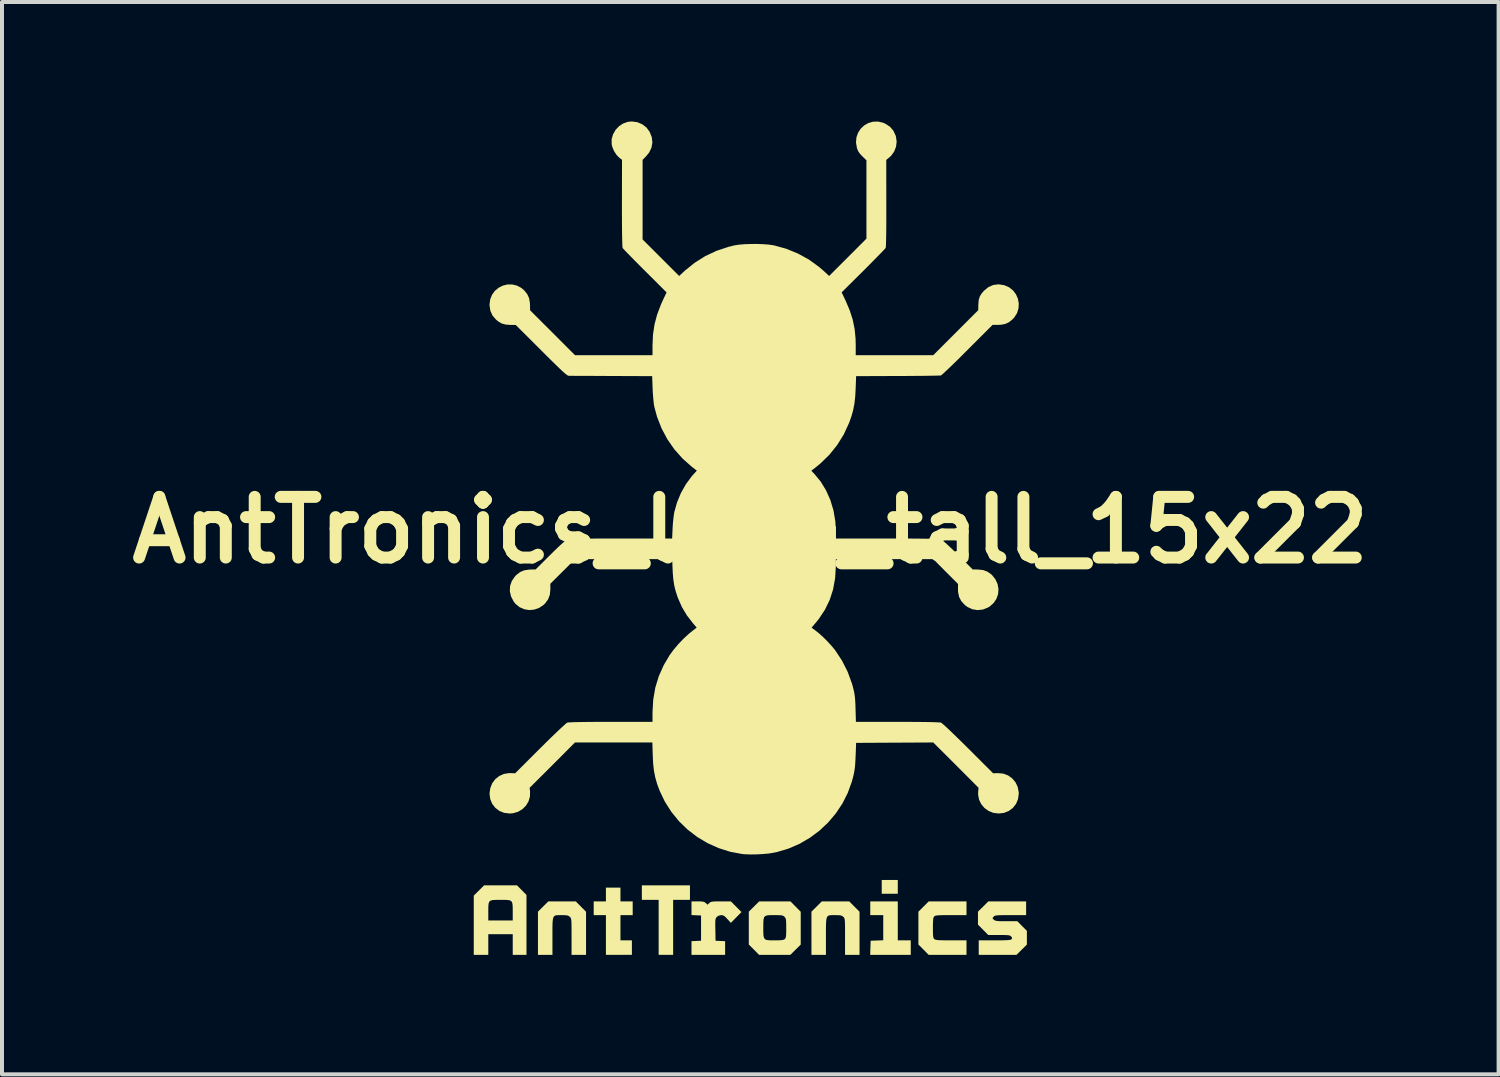
<source format=kicad_pcb>
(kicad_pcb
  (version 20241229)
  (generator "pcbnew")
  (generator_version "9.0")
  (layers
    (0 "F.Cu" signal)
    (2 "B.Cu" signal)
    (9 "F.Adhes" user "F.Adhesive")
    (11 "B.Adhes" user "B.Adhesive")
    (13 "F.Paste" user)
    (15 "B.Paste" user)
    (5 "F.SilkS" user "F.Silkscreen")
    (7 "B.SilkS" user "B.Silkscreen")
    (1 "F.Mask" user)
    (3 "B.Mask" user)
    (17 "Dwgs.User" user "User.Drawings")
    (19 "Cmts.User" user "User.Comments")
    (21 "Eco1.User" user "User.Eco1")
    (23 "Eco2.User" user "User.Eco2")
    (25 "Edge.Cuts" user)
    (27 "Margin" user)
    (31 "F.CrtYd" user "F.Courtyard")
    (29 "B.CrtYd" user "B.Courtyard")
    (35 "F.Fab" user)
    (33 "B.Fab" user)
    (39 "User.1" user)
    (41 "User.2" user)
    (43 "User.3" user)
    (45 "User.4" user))
  (footprint "AntTronics_logo_tall_15x22"
    (layer "F.Cu")
    (at 15.792 10.262)
    (property "Reference" "AntTronics_logo_tall_15x22" (at 0 0 0) (layer "F.SilkS") (effects (font (size 1.524 1.524) (thickness 0.3))))
    (attr board_only exclude_from_pos_files exclude_from_bom)
    (fp_poly (pts (xy 3.703 9.132) (xy 3.3 9.132) (xy 3.3 8.786) (xy 3.703 8.786)) (stroke (width 0) (type solid)) (fill yes) (layer "F.SilkS"))
    (fp_poly (pts (xy -1.516 9.285) (xy -1.938 9.285) (xy -1.938 10.666) (xy -2.302 10.666) (xy -2.302 9.285) (xy -2.724 9.285) (xy -2.724 8.921) (xy -1.516 8.921)) (stroke (width 0) (type solid)) (fill yes) (layer "F.SilkS"))
    (fp_poly (pts (xy 3.703 10.302) (xy 4.029 10.302) (xy 4.029 10.666) (xy 3.01 10.666) (xy 3.016 10.489) (xy 3.022 10.312) (xy 3.338 10.3) (xy 3.338 9.669) (xy 3.012 9.669) (xy 3.012 9.324) (xy 3.703 9.324)) (stroke (width 0) (type solid)) (fill yes) (layer "F.SilkS"))
    (fp_poly (pts (xy -3.261 9.324) (xy -2.954 9.324) (xy -2.954 9.669) (xy -3.261 9.669) (xy -3.261 10.302) (xy -2.974 10.302) (xy -2.974 10.666) (xy -3.626 10.666) (xy -3.626 9.669) (xy -3.933 9.669) (xy -3.933 9.324) (xy -3.626 9.324) (xy -3.626 8.978) (xy -3.261 8.978)) (stroke (width 0) (type solid)) (fill yes) (layer "F.SilkS"))
    (fp_poly (pts (xy -5.74 9.041) (xy -5.621 9.162) (xy -5.621 10.666) (xy -5.966 10.666) (xy -5.966 10.148) (xy -6.58 10.148) (xy -6.58 10.666) (xy -6.945 10.666) (xy -6.945 9.558) (xy -6.58 9.558) (xy -6.58 9.576) (xy -6.58 9.803) (xy -5.966 9.803) (xy -5.966 9.579) (xy -5.967 9.469) (xy -5.972 9.39) (xy -5.987 9.338) (xy -6.018 9.307) (xy -6.071 9.291) (xy -6.15 9.286) (xy -6.262 9.285) (xy -6.27 9.285) (xy -6.385 9.286) (xy -6.468 9.29) (xy -6.523 9.304) (xy -6.556 9.333) (xy -6.573 9.381) (xy -6.579 9.455) (xy -6.58 9.558) (xy -6.945 9.558) (xy -6.945 9.179) (xy -6.815 9.05) (xy -6.685 8.921) (xy -5.86 8.921)) (stroke (width 0) (type solid)) (fill yes) (layer "F.SilkS"))
    (fp_poly (pts (xy -4.254 9.454) (xy -4.125 9.584) (xy -4.125 10.666) (xy -4.489 10.666) (xy -4.489 10.209) (xy -4.489 10.065) (xy -4.49 9.955) (xy -4.491 9.873) (xy -4.494 9.814) (xy -4.499 9.774) (xy -4.506 9.748) (xy -4.515 9.73) (xy -4.528 9.716) (xy -4.534 9.711) (xy -4.561 9.69) (xy -4.594 9.677) (xy -4.644 9.671) (xy -4.721 9.669) (xy -4.742 9.669) (xy -4.808 9.669) (xy -4.861 9.671) (xy -4.9 9.679) (xy -4.929 9.699) (xy -4.948 9.733) (xy -4.96 9.786) (xy -4.966 9.863) (xy -4.969 9.967) (xy -4.969 10.103) (xy -4.969 10.203) (xy -4.969 10.666) (xy -5.333 10.666) (xy -5.333 9.582) (xy -5.203 9.453) (xy -5.073 9.324) (xy -4.383 9.324)) (stroke (width 0) (type solid)) (fill yes) (layer "F.SilkS"))
    (fp_poly (pts (xy 2.614 9.454) (xy 2.743 9.584) (xy 2.743 10.666) (xy 2.379 10.666) (xy 2.379 10.209) (xy 2.379 10.065) (xy 2.378 9.955) (xy 2.377 9.873) (xy 2.374 9.814) (xy 2.369 9.774) (xy 2.362 9.748) (xy 2.353 9.73) (xy 2.34 9.716) (xy 2.334 9.711) (xy 2.307 9.69) (xy 2.274 9.677) (xy 2.224 9.671) (xy 2.147 9.669) (xy 2.126 9.669) (xy 2.06 9.669) (xy 2.007 9.671) (xy 1.968 9.679) (xy 1.939 9.699) (xy 1.92 9.733) (xy 1.908 9.786) (xy 1.902 9.863) (xy 1.899 9.967) (xy 1.899 10.103) (xy 1.899 10.203) (xy 1.899 10.666) (xy 1.535 10.666) (xy 1.535 9.582) (xy 1.665 9.453) (xy 1.795 9.324) (xy 2.485 9.324)) (stroke (width 0) (type solid)) (fill yes) (layer "F.SilkS"))
    (fp_poly (pts (xy 5.429 9.669) (xy 5.039 9.669) (xy 4.906 9.669) (xy 4.806 9.67) (xy 4.734 9.673) (xy 4.684 9.677) (xy 4.651 9.683) (xy 4.631 9.692) (xy 4.617 9.704) (xy 4.617 9.704) (xy 4.603 9.725) (xy 4.594 9.759) (xy 4.589 9.811) (xy 4.586 9.889) (xy 4.585 9.989) (xy 4.586 10.093) (xy 4.588 10.166) (xy 4.593 10.215) (xy 4.602 10.245) (xy 4.615 10.265) (xy 4.62 10.27) (xy 4.637 10.281) (xy 4.663 10.289) (xy 4.703 10.295) (xy 4.763 10.299) (xy 4.848 10.301) (xy 4.964 10.302) (xy 5.042 10.302) (xy 5.429 10.302) (xy 5.429 10.666) (xy 4.479 10.666) (xy 4.35 10.536) (xy 4.221 10.407) (xy 4.221 9.582) (xy 4.351 9.453) (xy 4.48 9.324) (xy 5.429 9.324)) (stroke (width 0) (type solid)) (fill yes) (layer "F.SilkS"))
    (fp_poly (pts (xy -1.238 9.325) (xy -1.185 9.331) (xy -1.149 9.343) (xy -1.121 9.363) (xy -1.119 9.365) (xy -1.074 9.407) (xy -1.03 9.365) (xy -1.009 9.348) (xy -0.983 9.336) (xy -0.947 9.329) (xy -0.891 9.325) (xy -0.81 9.324) (xy -0.737 9.324) (xy -0.488 9.324) (xy -0.222 9.592) (xy -0.355 9.728) (xy -0.489 9.863) (xy -0.577 9.766) (xy -0.629 9.712) (xy -0.669 9.682) (xy -0.707 9.67) (xy -0.732 9.669) (xy -0.803 9.685) (xy -0.841 9.714) (xy -0.858 9.734) (xy -0.869 9.756) (xy -0.876 9.788) (xy -0.88 9.837) (xy -0.88 9.909) (xy -0.879 10.01) (xy -0.878 10.035) (xy -0.873 10.312) (xy -0.753 10.317) (xy -0.633 10.323) (xy -0.633 10.666) (xy -1.477 10.666) (xy -1.477 10.323) (xy -1.357 10.317) (xy -1.237 10.312) (xy -1.237 9.678) (xy -1.357 9.673) (xy -1.477 9.667) (xy -1.477 9.324) (xy -1.32 9.324)) (stroke (width 0) (type solid)) (fill yes) (layer "F.SilkS"))
    (fp_poly (pts (xy 6.926 9.669) (xy 6.535 9.669) (xy 6.403 9.669) (xy 6.304 9.67) (xy 6.232 9.672) (xy 6.183 9.676) (xy 6.15 9.682) (xy 6.129 9.691) (xy 6.114 9.703) (xy 6.109 9.709) (xy 6.085 9.739) (xy 6.088 9.759) (xy 6.117 9.786) (xy 6.14 9.801) (xy 6.169 9.811) (xy 6.211 9.817) (xy 6.274 9.821) (xy 6.365 9.822) (xy 6.434 9.822) (xy 6.706 9.822) (xy 6.825 9.943) (xy 6.945 10.063) (xy 6.945 10.409) (xy 6.815 10.537) (xy 6.685 10.666) (xy 5.736 10.666) (xy 5.736 10.302) (xy 6.137 10.302) (xy 6.274 10.302) (xy 6.378 10.3) (xy 6.454 10.297) (xy 6.505 10.293) (xy 6.538 10.286) (xy 6.556 10.278) (xy 6.561 10.273) (xy 6.574 10.245) (xy 6.56 10.215) (xy 6.551 10.206) (xy 6.534 10.191) (xy 6.511 10.18) (xy 6.475 10.173) (xy 6.42 10.17) (xy 6.338 10.168) (xy 6.246 10.168) (xy 5.975 10.168) (xy 5.846 10.038) (xy 5.717 9.908) (xy 5.717 9.582) (xy 5.847 9.453) (xy 5.977 9.324) (xy 6.926 9.324)) (stroke (width 0) (type solid)) (fill yes) (layer "F.SilkS"))
    (fp_poly (pts (xy 1.137 9.454) (xy 1.266 9.584) (xy 1.266 10.409) (xy 1.136 10.537) (xy 1.006 10.666) (xy 0.22 10.666) (xy 0.091 10.536) (xy -0.038 10.407) (xy -0.038 9.961) (xy 0.326 9.961) (xy 0.326 9.982) (xy 0.326 10.1) (xy 0.331 10.184) (xy 0.344 10.241) (xy 0.371 10.276) (xy 0.416 10.294) (xy 0.484 10.301) (xy 0.58 10.302) (xy 0.611 10.302) (xy 0.712 10.301) (xy 0.781 10.297) (xy 0.827 10.29) (xy 0.856 10.278) (xy 0.867 10.27) (xy 0.881 10.252) (xy 0.891 10.225) (xy 0.898 10.182) (xy 0.901 10.117) (xy 0.902 10.021) (xy 0.902 9.998) (xy 0.901 9.897) (xy 0.899 9.826) (xy 0.894 9.779) (xy 0.885 9.748) (xy 0.87 9.725) (xy 0.86 9.713) (xy 0.839 9.694) (xy 0.814 9.681) (xy 0.777 9.673) (xy 0.721 9.67) (xy 0.636 9.669) (xy 0.607 9.669) (xy 0.503 9.669) (xy 0.429 9.674) (xy 0.378 9.69) (xy 0.348 9.72) (xy 0.333 9.772) (xy 0.327 9.851) (xy 0.326 9.961) (xy -0.038 9.961) (xy -0.038 9.582) (xy 0.092 9.453) (xy 0.222 9.324) (xy 1.008 9.324)) (stroke (width 0) (type solid)) (fill yes) (layer "F.SilkS"))
    (fp_poly (pts (xy -2.835 -10.243) (xy -2.711 -10.19) (xy -2.606 -10.108) (xy -2.527 -9.999) (xy -2.474 -9.866) (xy -2.459 -9.733) (xy -2.482 -9.604) (xy -2.541 -9.481) (xy -2.61 -9.396) (xy -2.705 -9.297) (xy -2.705 -7.299) (xy -2.246 -6.841) (xy -1.787 -6.382) (xy -1.647 -6.512) (xy -1.402 -6.71) (xy -1.136 -6.878) (xy -0.85 -7.013) (xy -0.545 -7.114) (xy -0.396 -7.151) (xy -0.286 -7.168) (xy -0.148 -7.179) (xy 0.007 -7.185) (xy 0.168 -7.186) (xy 0.325 -7.18) (xy 0.467 -7.169) (xy 0.583 -7.152) (xy 0.595 -7.15) (xy 0.903 -7.065) (xy 1.196 -6.945) (xy 1.472 -6.793) (xy 1.726 -6.609) (xy 1.839 -6.512) (xy 1.979 -6.382) (xy 2.448 -6.85) (xy 2.916 -7.319) (xy 2.916 -9.287) (xy 2.812 -9.388) (xy 2.749 -9.456) (xy 2.708 -9.516) (xy 2.68 -9.585) (xy 2.676 -9.601) (xy 2.654 -9.736) (xy 2.665 -9.864) (xy 2.706 -9.979) (xy 2.772 -10.08) (xy 2.859 -10.162) (xy 2.963 -10.222) (xy 3.079 -10.255) (xy 3.203 -10.26) (xy 3.332 -10.231) (xy 3.392 -10.205) (xy 3.507 -10.129) (xy 3.592 -10.031) (xy 3.65 -9.906) (xy 3.657 -9.883) (xy 3.675 -9.755) (xy 3.659 -9.626) (xy 3.612 -9.505) (xy 3.535 -9.4) (xy 3.491 -9.359) (xy 3.414 -9.297) (xy 3.415 -8.208) (xy 3.415 -7.962) (xy 3.415 -7.743) (xy 3.414 -7.553) (xy 3.412 -7.392) (xy 3.409 -7.263) (xy 3.406 -7.168) (xy 3.402 -7.107) (xy 3.398 -7.084) (xy 3.381 -7.064) (xy 3.339 -7.019) (xy 3.276 -6.954) (xy 3.195 -6.871) (xy 3.099 -6.773) (xy 2.991 -6.664) (xy 2.874 -6.546) (xy 2.837 -6.51) (xy 2.294 -5.97) (xy 2.393 -5.762) (xy 2.496 -5.519) (xy 2.571 -5.286) (xy 2.619 -5.054) (xy 2.643 -4.811) (xy 2.647 -4.647) (xy 2.647 -4.393) (xy 4.595 -4.393) (xy 5.159 -4.958) (xy 5.724 -5.523) (xy 5.726 -5.663) (xy 5.735 -5.774) (xy 5.761 -5.864) (xy 5.811 -5.946) (xy 5.868 -6.011) (xy 5.977 -6.101) (xy 6.098 -6.155) (xy 6.23 -6.172) (xy 6.369 -6.152) (xy 6.378 -6.15) (xy 6.5 -6.096) (xy 6.599 -6.017) (xy 6.673 -5.918) (xy 6.721 -5.806) (xy 6.742 -5.686) (xy 6.734 -5.563) (xy 6.696 -5.444) (xy 6.626 -5.336) (xy 6.577 -5.285) (xy 6.489 -5.217) (xy 6.4 -5.176) (xy 6.297 -5.157) (xy 6.222 -5.154) (xy 6.084 -5.154) (xy 5.454 -4.524) (xy 5.325 -4.395) (xy 5.204 -4.275) (xy 5.092 -4.166) (xy 4.993 -4.07) (xy 4.91 -3.992) (xy 4.846 -3.933) (xy 4.804 -3.896) (xy 4.786 -3.883) (xy 4.76 -3.882) (xy 4.7 -3.88) (xy 4.608 -3.878) (xy 4.489 -3.876) (xy 4.346 -3.874) (xy 4.183 -3.873) (xy 4.003 -3.871) (xy 3.811 -3.87) (xy 3.703 -3.87) (xy 2.657 -3.866) (xy 2.645 -3.549) (xy 2.634 -3.351) (xy 2.615 -3.18) (xy 2.585 -3.023) (xy 2.543 -2.869) (xy 2.486 -2.707) (xy 2.475 -2.68) (xy 2.345 -2.399) (xy 2.182 -2.137) (xy 1.988 -1.895) (xy 1.766 -1.678) (xy 1.663 -1.593) (xy 1.532 -1.491) (xy 1.608 -1.412) (xy 1.769 -1.216) (xy 1.904 -0.994) (xy 2.011 -0.752) (xy 2.089 -0.492) (xy 2.135 -0.22) (xy 2.149 0.034) (xy 2.149 0.211) (xy 3.442 0.211) (xy 3.742 0.211) (xy 4.004 0.212) (xy 4.228 0.214) (xy 4.414 0.216) (xy 4.563 0.219) (xy 4.675 0.222) (xy 4.749 0.226) (xy 4.787 0.231) (xy 4.79 0.231) (xy 4.818 0.25) (xy 4.868 0.292) (xy 4.937 0.354) (xy 5.021 0.432) (xy 5.115 0.522) (xy 5.214 0.62) (xy 5.584 0.988) (xy 5.713 0.99) (xy 5.844 1.003) (xy 5.953 1.043) (xy 6.051 1.111) (xy 6.069 1.128) (xy 6.155 1.235) (xy 6.209 1.354) (xy 6.232 1.479) (xy 6.223 1.603) (xy 6.183 1.721) (xy 6.114 1.827) (xy 6.016 1.915) (xy 5.969 1.944) (xy 5.838 1.995) (xy 5.705 2.009) (xy 5.574 1.987) (xy 5.452 1.93) (xy 5.387 1.881) (xy 5.298 1.784) (xy 5.242 1.676) (xy 5.217 1.549) (xy 5.215 1.488) (xy 5.216 1.352) (xy 4.905 1.041) (xy 4.595 0.729) (xy 2.149 0.729) (xy 2.148 0.906) (xy 2.13 1.206) (xy 2.079 1.488) (xy 1.994 1.752) (xy 1.874 1.999) (xy 1.721 2.23) (xy 1.659 2.307) (xy 1.538 2.451) (xy 1.628 2.516) (xy 1.723 2.591) (xy 1.83 2.688) (xy 1.94 2.798) (xy 2.042 2.909) (xy 2.127 3.012) (xy 2.13 3.016) (xy 2.303 3.278) (xy 2.445 3.56) (xy 2.554 3.859) (xy 2.58 3.952) (xy 2.601 4.038) (xy 2.616 4.117) (xy 2.627 4.2) (xy 2.635 4.296) (xy 2.64 4.416) (xy 2.642 4.484) (xy 2.652 4.815) (xy 3.694 4.815) (xy 3.954 4.816) (xy 4.18 4.817) (xy 4.372 4.819) (xy 4.529 4.821) (xy 4.65 4.825) (xy 4.735 4.829) (xy 4.782 4.833) (xy 4.79 4.835) (xy 4.814 4.853) (xy 4.863 4.895) (xy 4.932 4.958) (xy 5.02 5.04) (xy 5.122 5.139) (xy 5.237 5.25) (xy 5.361 5.372) (xy 5.471 5.481) (xy 6.098 6.107) (xy 6.215 6.103) (xy 6.35 6.115) (xy 6.472 6.16) (xy 6.576 6.234) (xy 6.659 6.332) (xy 6.715 6.45) (xy 6.74 6.583) (xy 6.741 6.619) (xy 6.723 6.756) (xy 6.672 6.877) (xy 6.593 6.977) (xy 6.49 7.054) (xy 6.367 7.102) (xy 6.236 7.117) (xy 6.101 7.1) (xy 5.981 7.051) (xy 5.878 6.976) (xy 5.797 6.879) (xy 5.743 6.765) (xy 5.72 6.639) (xy 5.723 6.561) (xy 5.733 6.472) (xy 5.164 5.902) (xy 4.594 5.333) (xy 3.626 5.338) (xy 2.657 5.343) (xy 2.645 5.659) (xy 2.638 5.805) (xy 2.63 5.923) (xy 2.618 6.025) (xy 2.6 6.12) (xy 2.576 6.22) (xy 2.549 6.318) (xy 2.447 6.6) (xy 2.313 6.866) (xy 2.147 7.115) (xy 1.955 7.342) (xy 1.737 7.547) (xy 1.497 7.726) (xy 1.238 7.877) (xy 0.962 7.997) (xy 0.672 8.084) (xy 0.57 8.105) (xy 0.453 8.123) (xy 0.313 8.135) (xy 0.162 8.143) (xy 0.013 8.145) (xy -0.121 8.141) (xy -0.206 8.134) (xy -0.509 8.077) (xy -0.8 7.984) (xy -1.076 7.86) (xy -1.336 7.704) (xy -1.576 7.52) (xy -1.793 7.309) (xy -1.984 7.074) (xy -2.147 6.817) (xy -2.272 6.557) (xy -2.337 6.384) (xy -2.385 6.219) (xy -2.419 6.05) (xy -2.44 5.866) (xy -2.45 5.664) (xy -2.46 5.333) (xy -4.403 5.333) (xy -4.972 5.903) (xy -5.542 6.472) (xy -5.531 6.561) (xy -5.534 6.692) (xy -5.57 6.814) (xy -5.635 6.921) (xy -5.725 7.01) (xy -5.836 7.075) (xy -5.963 7.111) (xy -6.044 7.117) (xy -6.182 7.1) (xy -6.304 7.051) (xy -6.405 6.973) (xy -6.483 6.872) (xy -6.532 6.751) (xy -6.549 6.619) (xy -6.531 6.482) (xy -6.482 6.359) (xy -6.406 6.256) (xy -6.306 6.176) (xy -6.188 6.123) (xy -6.056 6.102) (xy -6.023 6.103) (xy -5.906 6.107) (xy -5.279 5.481) (xy -5.15 5.353) (xy -5.027 5.232) (xy -4.914 5.123) (xy -4.813 5.026) (xy -4.728 4.947) (xy -4.662 4.887) (xy -4.617 4.848) (xy -4.598 4.835) (xy -4.565 4.83) (xy -4.494 4.826) (xy -4.386 4.822) (xy -4.242 4.82) (xy -4.063 4.817) (xy -3.849 4.816) (xy -3.602 4.815) (xy -3.5 4.815) (xy -2.456 4.815) (xy -2.456 4.571) (xy -2.438 4.256) (xy -2.386 3.956) (xy -2.298 3.668) (xy -2.173 3.389) (xy -2.024 3.137) (xy -1.927 3.005) (xy -1.809 2.865) (xy -1.679 2.729) (xy -1.55 2.609) (xy -1.481 2.553) (xy -1.347 2.448) (xy -1.438 2.342) (xy -1.594 2.14) (xy -1.718 1.932) (xy -1.818 1.704) (xy -1.831 1.669) (xy -1.877 1.525) (xy -1.911 1.385) (xy -1.934 1.235) (xy -1.948 1.064) (xy -1.951 0.993) (xy -1.962 0.729) (xy -4.4 0.729) (xy -5.022 1.347) (xy -5.021 1.484) (xy -5.034 1.621) (xy -5.077 1.737) (xy -5.151 1.839) (xy -5.195 1.881) (xy -5.306 1.955) (xy -5.428 1.997) (xy -5.554 2.008) (xy -5.679 1.987) (xy -5.794 1.936) (xy -5.894 1.855) (xy -5.942 1.795) (xy -6.009 1.666) (xy -6.039 1.535) (xy -6.033 1.404) (xy -5.99 1.279) (xy -5.911 1.164) (xy -5.877 1.128) (xy -5.781 1.053) (xy -5.674 1.009) (xy -5.548 0.991) (xy -5.521 0.99) (xy -5.392 0.988) (xy -5.022 0.62) (xy -4.922 0.521) (xy -4.828 0.431) (xy -4.745 0.354) (xy -4.676 0.292) (xy -4.625 0.25) (xy -4.598 0.231) (xy -4.567 0.227) (xy -4.498 0.223) (xy -4.393 0.219) (xy -4.25 0.216) (xy -4.07 0.214) (xy -3.853 0.212) (xy -3.597 0.211) (xy -3.304 0.211) (xy -3.253 0.211) (xy -1.963 0.211) (xy -1.952 -0.043) (xy -1.945 -0.156) (xy -1.934 -0.271) (xy -1.921 -0.376) (xy -1.909 -0.451) (xy -1.841 -0.694) (xy -1.743 -0.931) (xy -1.618 -1.152) (xy -1.472 -1.35) (xy -1.436 -1.391) (xy -1.343 -1.493) (xy -1.472 -1.593) (xy -1.701 -1.796) (xy -1.905 -2.025) (xy -2.081 -2.278) (xy -2.227 -2.551) (xy -2.341 -2.841) (xy -2.41 -3.094) (xy -2.422 -3.162) (xy -2.433 -3.259) (xy -2.443 -3.372) (xy -2.451 -3.492) (xy -2.453 -3.549) (xy -2.465 -3.866) (xy -3.482 -3.87) (xy -3.678 -3.871) (xy -3.863 -3.872) (xy -4.035 -3.873) (xy -4.188 -3.873) (xy -4.32 -3.874) (xy -4.426 -3.874) (xy -4.504 -3.875) (xy -4.548 -3.875) (xy -4.556 -3.875) (xy -4.572 -3.878) (xy -4.594 -3.889) (xy -4.623 -3.909) (xy -4.662 -3.941) (xy -4.714 -3.987) (xy -4.78 -4.049) (xy -4.864 -4.13) (xy -4.967 -4.231) (xy -5.093 -4.355) (xy -5.242 -4.504) (xy -5.251 -4.513) (xy -5.89 -5.151) (xy -6.029 -5.153) (xy -6.149 -5.162) (xy -6.246 -5.19) (xy -6.334 -5.242) (xy -6.384 -5.284) (xy -6.474 -5.388) (xy -6.528 -5.508) (xy -6.549 -5.645) (xy -6.549 -5.66) (xy -6.533 -5.793) (xy -6.486 -5.91) (xy -6.415 -6.008) (xy -6.323 -6.085) (xy -6.217 -6.139) (xy -6.101 -6.168) (xy -5.981 -6.169) (xy -5.862 -6.141) (xy -5.749 -6.081) (xy -5.68 -6.022) (xy -5.603 -5.928) (xy -5.556 -5.825) (xy -5.535 -5.704) (xy -5.533 -5.662) (xy -5.53 -5.52) (xy -4.966 -4.957) (xy -4.403 -4.393) (xy -2.456 -4.393) (xy -2.456 -4.639) (xy -2.444 -4.91) (xy -2.406 -5.164) (xy -2.341 -5.41) (xy -2.246 -5.661) (xy -2.201 -5.762) (xy -2.103 -5.969) (xy -2.645 -6.51) (xy -2.765 -6.63) (xy -2.876 -6.742) (xy -2.976 -6.843) (xy -3.062 -6.931) (xy -3.131 -7.002) (xy -3.179 -7.053) (xy -3.204 -7.081) (xy -3.207 -7.085) (xy -3.211 -7.111) (xy -3.214 -7.175) (xy -3.217 -7.272) (xy -3.22 -7.403) (xy -3.222 -7.564) (xy -3.223 -7.755) (xy -3.224 -7.972) (xy -3.224 -8.209) (xy -3.222 -9.299) (xy -3.29 -9.351) (xy -3.359 -9.422) (xy -3.421 -9.516) (xy -3.465 -9.619) (xy -3.482 -9.69) (xy -3.482 -9.818) (xy -3.447 -9.939) (xy -3.385 -10.049) (xy -3.298 -10.141) (xy -3.193 -10.211) (xy -3.073 -10.253) (xy -2.975 -10.262)) (stroke (width 0) (type solid)) (fill yes) (layer "F.SilkS")))
  (gr_rect
    (start -3 -3)
    (end 34.583 23.929)
    (stroke (width 0.1) (type default))
    (fill no)
    (layer "Edge.Cuts")))
</source>
